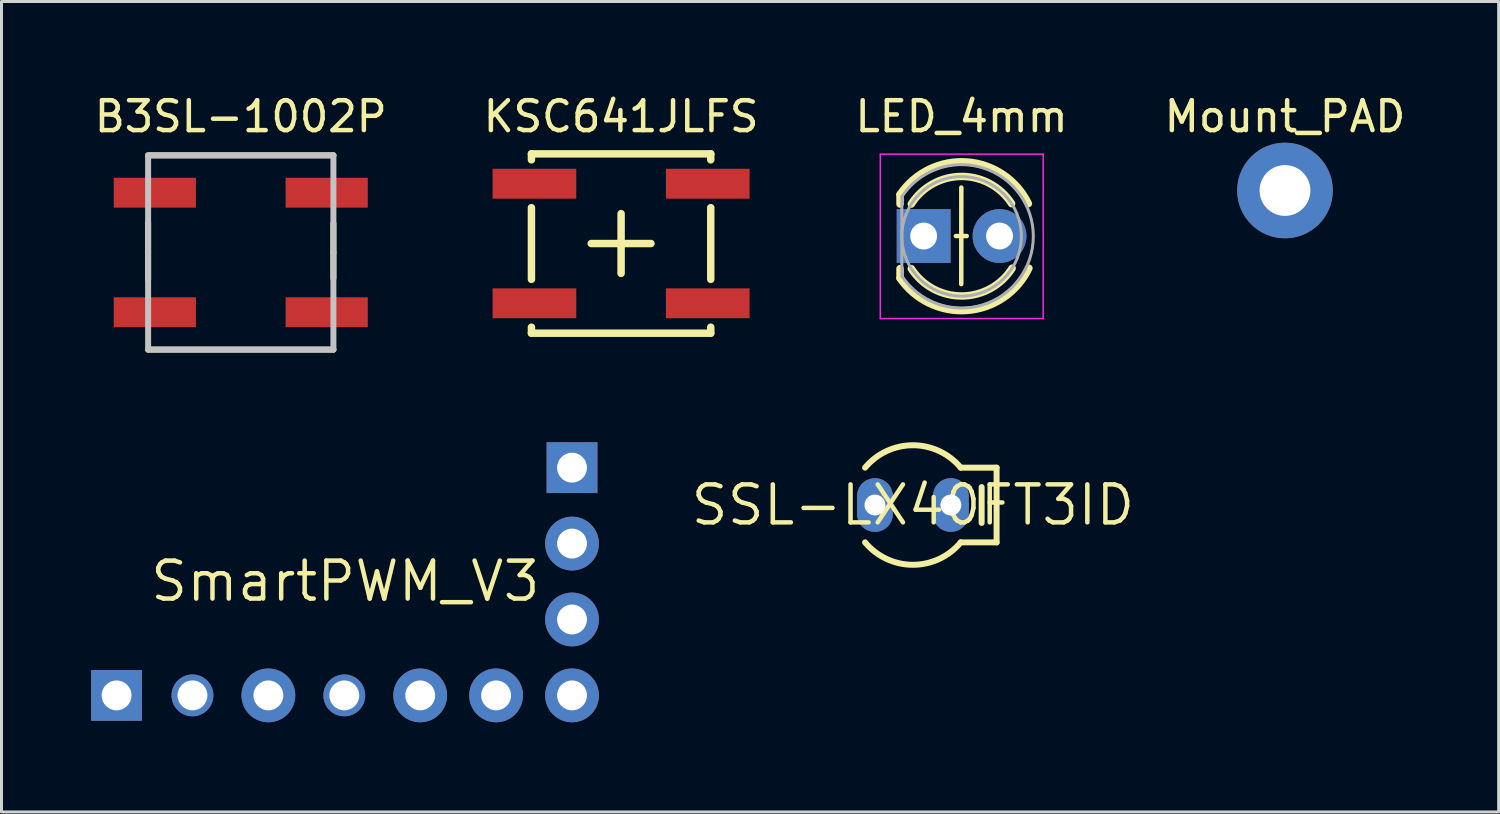
<source format=kicad_pcb>
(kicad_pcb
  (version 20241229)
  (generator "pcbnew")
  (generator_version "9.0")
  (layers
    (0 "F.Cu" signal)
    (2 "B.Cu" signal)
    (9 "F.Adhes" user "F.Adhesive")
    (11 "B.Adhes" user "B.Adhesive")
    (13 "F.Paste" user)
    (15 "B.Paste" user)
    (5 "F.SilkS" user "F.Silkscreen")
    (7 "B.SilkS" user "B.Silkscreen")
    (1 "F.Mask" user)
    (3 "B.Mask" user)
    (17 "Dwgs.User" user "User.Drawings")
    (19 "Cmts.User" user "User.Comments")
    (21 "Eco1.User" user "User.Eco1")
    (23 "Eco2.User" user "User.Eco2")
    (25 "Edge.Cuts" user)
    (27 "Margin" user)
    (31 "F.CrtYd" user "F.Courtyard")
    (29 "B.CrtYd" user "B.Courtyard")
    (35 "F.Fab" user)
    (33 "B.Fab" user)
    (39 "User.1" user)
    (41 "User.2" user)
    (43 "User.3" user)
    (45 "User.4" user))
  (footprint "B3SL-1002P"
    (layer "F.Cu")
    (at 5.006 5.398)
    (property "Reference" "B3SL-1002P" (at 0 -4.55 0) (layer "F.SilkS") (effects (font (size 1 1) (thickness 0.15))))
    (attr smd)
    (fp_line (start -3.1 -3.25) (end 3.1 -3.25) (stroke (width 0.2) (type solid)) (layer "F.SilkS"))
    (fp_line (start -3.1 0) (end -3.1 -0.985) (stroke (width 0.2) (type solid)) (layer "F.SilkS"))
    (fp_line (start -3.1 0) (end -3.1 0.902) (stroke (width 0.2) (type solid)) (layer "F.SilkS"))
    (fp_line (start -3.1 3.25) (end 3.1 3.25) (stroke (width 0.2) (type solid)) (layer "F.SilkS"))
    (fp_line (start 3.1 0) (end 3.1 -0.966) (stroke (width 0.2) (type solid)) (layer "F.SilkS"))
    (fp_line (start 3.1 0) (end 3.1 0.863) (stroke (width 0.2) (type solid)) (layer "F.SilkS"))
    (fp_line (start -3.1 -3.25) (end 3.1 -3.25) (stroke (width 0.2) (type solid)) (layer "Dwgs.User"))
    (fp_line (start -3.1 3.25) (end -3.1 -3.25) (stroke (width 0.2) (type solid)) (layer "Dwgs.User"))
    (fp_line (start 3.1 -3.25) (end 3.1 3.25) (stroke (width 0.2) (type solid)) (layer "Dwgs.User"))
    (fp_line (start 3.1 3.25) (end -3.1 3.25) (stroke (width 0.2) (type solid)) (layer "Dwgs.User"))
    (pad "1" smd rect (at 2.875 2 90) (size 1 2.75) (layers "F.Cu" "F.Mask" "F.Paste"))
    (pad "2" smd rect (at -2.875 2 90) (size 1 2.75) (layers "F.Cu" "F.Mask" "F.Paste"))
    (pad "3" smd rect (at 2.875 -2 90) (size 1 2.75) (layers "F.Cu" "F.Mask" "F.Paste"))
    (pad "4" smd rect (at -2.875 -2 90) (size 1 2.75) (layers "F.Cu" "F.Mask" "F.Paste")))
  (footprint "Mount_PAD"
    (layer "F.Cu")
    (at 39.946 3.324)
    (property "Reference" "Mount_PAD" (at 0 -2.476 0) (layer "F.SilkS") (effects (font (size 1 1) (thickness 0.15))))
    (attr through_hole)
    (pad "1" thru_hole circle (at 0 0) (size 3.2 3.2) (drill 1.7) (layers "*.Cu" "*.Mask")))
  (footprint "SSL-LX40FT3ID"
    (layer "F.Cu")
    (at 27.496 13.848)
    (property "Reference" "SSL-LX40FT3ID" (at 0 0 0) (layer "F.SilkS") (effects (font (size 1.27 1.27) (thickness 0.15))))
    (attr through_hole)
    (fp_poly (pts (xy -0.671 -0.3) (xy -0.678 -0.394) (xy -0.7 -0.485) (xy -0.736 -0.572) (xy -0.785 -0.652) (xy -0.846 -0.724) (xy -0.918 -0.785) (xy -0.998 -0.834) (xy -1.085 -0.87) (xy -1.176 -0.892) (xy -1.27 -0.899) (xy -1.364 -0.892) (xy -1.455 -0.87) (xy -1.542 -0.834) (xy -1.622 -0.785) (xy -1.694 -0.724) (xy -1.755 -0.652) (xy -1.804 -0.572) (xy -1.84 -0.485) (xy -1.862 -0.394) (xy -1.869 -0.3) (xy -1.869 0.3) (xy -1.862 0.394) (xy -1.84 0.485) (xy -1.804 0.572) (xy -1.755 0.652) (xy -1.694 0.724) (xy -1.622 0.785) (xy -1.542 0.834) (xy -1.455 0.87) (xy -1.364 0.892) (xy -1.27 0.899) (xy -1.176 0.892) (xy -1.085 0.87) (xy -0.998 0.834) (xy -0.918 0.785) (xy -0.846 0.724) (xy -0.785 0.652) (xy -0.736 0.572) (xy -0.7 0.485) (xy -0.678 0.394) (xy -0.671 0.3)) (stroke (width 0) (type solid)) (fill yes) (layer "F.Cu"))
    (fp_poly (pts (xy 1.869 -0.3) (xy 1.862 -0.394) (xy 1.84 -0.485) (xy 1.804 -0.572) (xy 1.755 -0.652) (xy 1.694 -0.724) (xy 1.622 -0.785) (xy 1.542 -0.834) (xy 1.455 -0.87) (xy 1.364 -0.892) (xy 1.27 -0.899) (xy 1.176 -0.892) (xy 1.085 -0.87) (xy 0.998 -0.834) (xy 0.918 -0.785) (xy 0.846 -0.724) (xy 0.785 -0.652) (xy 0.736 -0.572) (xy 0.7 -0.485) (xy 0.678 -0.394) (xy 0.671 -0.3) (xy 0.671 0.3) (xy 0.678 0.394) (xy 0.7 0.485) (xy 0.736 0.572) (xy 0.785 0.652) (xy 0.846 0.724) (xy 0.918 0.785) (xy 0.998 0.834) (xy 1.085 0.87) (xy 1.176 0.892) (xy 1.27 0.899) (xy 1.364 0.892) (xy 1.455 0.87) (xy 1.542 0.834) (xy 1.622 0.785) (xy 1.694 0.724) (xy 1.755 0.652) (xy 1.804 0.572) (xy 1.84 0.485) (xy 1.862 0.394) (xy 1.869 0.3)) (stroke (width 0) (type solid)) (fill yes) (layer "F.Cu"))
    (fp_poly (pts (xy -1.972 0.3) (xy -1.963 0.41) (xy -1.938 0.517) (xy -1.895 0.619) (xy -1.838 0.713) (xy -1.766 0.796) (xy -1.683 0.868) (xy -1.589 0.925) (xy -1.487 0.968) (xy -1.38 0.993) (xy -1.27 1.002) (xy -1.16 0.993) (xy -1.053 0.968) (xy -0.951 0.925) (xy -0.857 0.868) (xy -0.774 0.796) (xy -0.702 0.713) (xy -0.645 0.619) (xy -0.602 0.517) (xy -0.577 0.41) (xy -0.568 0.3) (xy -0.568 -0.3) (xy -0.577 -0.41) (xy -0.602 -0.517) (xy -0.645 -0.619) (xy -0.702 -0.713) (xy -0.774 -0.796) (xy -0.857 -0.868) (xy -0.951 -0.925) (xy -1.053 -0.968) (xy -1.16 -0.993) (xy -1.27 -1.002) (xy -1.38 -0.993) (xy -1.487 -0.968) (xy -1.589 -0.925) (xy -1.683 -0.868) (xy -1.766 -0.796) (xy -1.838 -0.713) (xy -1.895 -0.619) (xy -1.938 -0.517) (xy -1.963 -0.41) (xy -1.972 -0.3)) (stroke (width 0) (type solid)) (fill yes) (layer "F.Mask"))
    (fp_poly (pts (xy 0.568 0.3) (xy 0.577 0.41) (xy 0.602 0.517) (xy 0.645 0.619) (xy 0.702 0.713) (xy 0.774 0.796) (xy 0.857 0.868) (xy 0.951 0.925) (xy 1.053 0.968) (xy 1.16 0.993) (xy 1.27 1.002) (xy 1.38 0.993) (xy 1.487 0.968) (xy 1.589 0.925) (xy 1.683 0.868) (xy 1.766 0.796) (xy 1.838 0.713) (xy 1.895 0.619) (xy 1.938 0.517) (xy 1.963 0.41) (xy 1.972 0.3) (xy 1.972 -0.3) (xy 1.963 -0.41) (xy 1.938 -0.517) (xy 1.895 -0.619) (xy 1.838 -0.713) (xy 1.766 -0.796) (xy 1.683 -0.868) (xy 1.589 -0.925) (xy 1.487 -0.968) (xy 1.38 -0.993) (xy 1.27 -1.002) (xy 1.16 -0.993) (xy 1.053 -0.968) (xy 0.951 -0.925) (xy 0.857 -0.868) (xy 0.774 -0.796) (xy 0.702 -0.713) (xy 0.645 -0.619) (xy 0.602 -0.517) (xy 0.577 -0.41) (xy 0.568 -0.3)) (stroke (width 0) (type solid)) (fill yes) (layer "F.Mask"))
    (fp_poly (pts (xy -0.671 -0.3) (xy -0.678 -0.394) (xy -0.7 -0.485) (xy -0.736 -0.572) (xy -0.785 -0.652) (xy -0.846 -0.724) (xy -0.918 -0.785) (xy -0.998 -0.834) (xy -1.085 -0.87) (xy -1.176 -0.892) (xy -1.27 -0.899) (xy -1.364 -0.892) (xy -1.455 -0.87) (xy -1.542 -0.834) (xy -1.622 -0.785) (xy -1.694 -0.724) (xy -1.755 -0.652) (xy -1.804 -0.572) (xy -1.84 -0.485) (xy -1.862 -0.394) (xy -1.869 -0.3) (xy -1.869 0.3) (xy -1.862 0.394) (xy -1.84 0.485) (xy -1.804 0.572) (xy -1.755 0.652) (xy -1.694 0.724) (xy -1.622 0.785) (xy -1.542 0.834) (xy -1.455 0.87) (xy -1.364 0.892) (xy -1.27 0.899) (xy -1.176 0.892) (xy -1.085 0.87) (xy -0.998 0.834) (xy -0.918 0.785) (xy -0.846 0.724) (xy -0.785 0.652) (xy -0.736 0.572) (xy -0.7 0.485) (xy -0.678 0.394) (xy -0.671 0.3)) (stroke (width 0) (type solid)) (fill yes) (layer "B.Cu"))
    (fp_poly (pts (xy 1.869 -0.3) (xy 1.862 -0.394) (xy 1.84 -0.485) (xy 1.804 -0.572) (xy 1.755 -0.652) (xy 1.694 -0.724) (xy 1.622 -0.785) (xy 1.542 -0.834) (xy 1.455 -0.87) (xy 1.364 -0.892) (xy 1.27 -0.899) (xy 1.176 -0.892) (xy 1.085 -0.87) (xy 0.998 -0.834) (xy 0.918 -0.785) (xy 0.846 -0.724) (xy 0.785 -0.652) (xy 0.736 -0.572) (xy 0.7 -0.485) (xy 0.678 -0.394) (xy 0.671 -0.3) (xy 0.671 0.3) (xy 0.678 0.394) (xy 0.7 0.485) (xy 0.736 0.572) (xy 0.785 0.652) (xy 0.846 0.724) (xy 0.918 0.785) (xy 0.998 0.834) (xy 1.085 0.87) (xy 1.176 0.892) (xy 1.27 0.899) (xy 1.364 0.892) (xy 1.455 0.87) (xy 1.542 0.834) (xy 1.622 0.785) (xy 1.694 0.724) (xy 1.755 0.652) (xy 1.804 0.572) (xy 1.84 0.485) (xy 1.862 0.394) (xy 1.869 0.3)) (stroke (width 0) (type solid)) (fill yes) (layer "B.Cu"))
    (fp_poly (pts (xy -1.972 0.3) (xy -1.963 0.41) (xy -1.938 0.517) (xy -1.895 0.619) (xy -1.838 0.713) (xy -1.766 0.796) (xy -1.683 0.868) (xy -1.589 0.925) (xy -1.487 0.968) (xy -1.38 0.993) (xy -1.27 1.002) (xy -1.16 0.993) (xy -1.053 0.968) (xy -0.951 0.925) (xy -0.857 0.868) (xy -0.774 0.796) (xy -0.702 0.713) (xy -0.645 0.619) (xy -0.602 0.517) (xy -0.577 0.41) (xy -0.568 0.3) (xy -0.568 -0.3) (xy -0.577 -0.41) (xy -0.602 -0.517) (xy -0.645 -0.619) (xy -0.702 -0.713) (xy -0.774 -0.796) (xy -0.857 -0.868) (xy -0.951 -0.925) (xy -1.053 -0.968) (xy -1.16 -0.993) (xy -1.27 -1.002) (xy -1.38 -0.993) (xy -1.487 -0.968) (xy -1.589 -0.925) (xy -1.683 -0.868) (xy -1.766 -0.796) (xy -1.838 -0.713) (xy -1.895 -0.619) (xy -1.938 -0.517) (xy -1.963 -0.41) (xy -1.972 -0.3)) (stroke (width 0) (type solid)) (fill yes) (layer "B.Mask"))
    (fp_poly (pts (xy 0.568 0.3) (xy 0.577 0.41) (xy 0.602 0.517) (xy 0.645 0.619) (xy 0.702 0.713) (xy 0.774 0.796) (xy 0.857 0.868) (xy 0.951 0.925) (xy 1.053 0.968) (xy 1.16 0.993) (xy 1.27 1.002) (xy 1.38 0.993) (xy 1.487 0.968) (xy 1.589 0.925) (xy 1.683 0.868) (xy 1.766 0.796) (xy 1.838 0.713) (xy 1.895 0.619) (xy 1.938 0.517) (xy 1.963 0.41) (xy 1.972 0.3) (xy 1.972 -0.3) (xy 1.963 -0.41) (xy 1.938 -0.517) (xy 1.895 -0.619) (xy 1.838 -0.713) (xy 1.766 -0.796) (xy 1.683 -0.868) (xy 1.589 -0.925) (xy 1.487 -0.968) (xy 1.38 -0.993) (xy 1.27 -1.002) (xy 1.16 -0.993) (xy 1.053 -0.968) (xy 0.951 -0.925) (xy 0.857 -0.868) (xy 0.774 -0.796) (xy 0.702 -0.713) (xy 0.645 -0.619) (xy 0.602 -0.517) (xy 0.577 -0.41) (xy 0.568 -0.3)) (stroke (width 0) (type solid)) (fill yes) (layer "B.Mask"))
    (fp_line (start 2.3 -0.6) (end 2.3 0.6) (stroke (width 0.2) (type solid)) (layer "F.SilkS"))
    (fp_line (start 2.8 -1.25) (end 1.6 -1.25) (stroke (width 0.2) (type solid)) (layer "F.SilkS"))
    (fp_line (start 2.8 -1.25) (end 2.8 1.25) (stroke (width 0.2) (type solid)) (layer "F.SilkS"))
    (fp_line (start 2.8 1.25) (end 1.6 1.25) (stroke (width 0.2) (type solid)) (layer "F.SilkS"))
    (fp_arc (start -1.6 -1.25) (mid 0 -2.000027) (end 1.6 -1.25) (stroke (width 0.2) (type solid)) (layer "F.SilkS"))
    (fp_arc (start 1.6 1.25) (mid 0 2.000027) (end -1.6 1.25) (stroke (width 0.2) (type solid)) (layer "F.SilkS"))
    (pad "1" thru_hole circle (at 1.27 0 90) (size 1.2 1.2) (drill 0.7) (layers "*.Cu" "*.Mask"))
    (pad "2" thru_hole circle (at -1.27 0 90) (size 1.2 1.2) (drill 0.7) (layers "*.Cu" "*.Mask")))
  (footprint "SmartPWM_V3"
    (layer "F.Cu")
    (at 8.505 16.398)
    (property "Reference" "SmartPWM_V3" (at 0 0 0) (layer "F.SilkS") (effects (font (size 1.27 1.27) (thickness 0.15))))
    (attr through_hole)
    (pad "1" thru_hole rect (at 7.585 -3.8 90) (size 1.7 1.7) (drill 1) (layers "*.Cu" "*.Mask"))
    (pad "2" thru_hole circle (at 7.585 -1.26) (size 1.8 1.8) (drill 1) (layers "*.Cu" "*.Mask"))
    (pad "3" thru_hole circle (at 7.585 1.28) (size 1.8 1.8) (drill 1) (layers "*.Cu" "*.Mask"))
    (pad "4" thru_hole circle (at 7.585 3.82) (size 1.8 1.8) (drill 1) (layers "*.Cu" "*.Mask"))
    (pad "5" thru_hole circle (at 5.045 3.82) (size 1.8 1.8) (drill 1) (layers "*.Cu" "*.Mask"))
    (pad "6" thru_hole circle (at 2.505 3.82) (size 1.8 1.8) (drill 1) (layers "*.Cu" "*.Mask"))
    (pad "7" thru_hole circle (at -0.035 3.82) (size 1.4 1.4) (drill 1) (layers "*.Cu" "*.Mask"))
    (pad "8" thru_hole circle (at -2.575 3.82) (size 1.8 1.8) (drill 1) (layers "*.Cu" "*.Mask"))
    (pad "9" thru_hole circle (at -5.115 3.82) (size 1.4 1.4) (drill 1) (layers "*.Cu" "*.Mask"))
    (pad "10" thru_hole rect (at -7.655 3.82) (size 1.7 1.7) (drill 1) (layers "*.Cu" "*.Mask")))
  (footprint "LED_4mm"
    (layer "F.Cu")
    (at 29.115 4.848)
    (property "Reference" "LED_4mm" (at 0.01 -4 0) (layer "F.SilkS") (effects (font (size 1 1) (thickness 0.15))))
    (attr through_hole)
    (fp_line (start -2.05 -1.389) (end -2.05 -1.07) (stroke (width 0.25) (type solid)) (layer "F.SilkS"))
    (fp_line (start -2.05 1.09) (end -2.05 1.409) (stroke (width 0.25) (type solid)) (layer "F.SilkS"))
    (fp_line (start -0.181 0) (end 0.181 0) (stroke (width 0.15) (type solid)) (layer "F.SilkS"))
    (fp_line (start 0.001 -1.622) (end -0.001 1.609) (stroke (width 0.15) (type solid)) (layer "F.SilkS"))
    (fp_arc (start -2.05 -1.388749) (mid 0.184855 -2.478235) (end 2.24459 -1.085739) (stroke (width 0.25) (type solid)) (layer "F.SilkS"))
    (fp_arc (start -1.67333 -1.07) (mid 0.001014 -1.994597) (end 1.683621 -1.085124) (stroke (width 0.25) (type solid)) (layer "F.SilkS"))
    (fp_arc (start 1.701805 1.076798) (mid 0.017844 2.005402) (end -1.67333 1.09) (stroke (width 0.25) (type solid)) (layer "F.SilkS"))
    (fp_arc (start 2.261893 1.075709) (mid 0.202184 2.48822) (end -2.05 1.408749) (stroke (width 0.25) (type solid)) (layer "F.SilkS"))
    (fp_line (start -2.71 -2.74) (end -2.71 2.76) (stroke (width 0.05) (type solid)) (layer "F.CrtYd"))
    (fp_line (start -2.71 2.76) (end 2.74 2.76) (stroke (width 0.05) (type solid)) (layer "F.CrtYd"))
    (fp_line (start 2.74 -2.74) (end -2.71 -2.74) (stroke (width 0.05) (type solid)) (layer "F.CrtYd"))
    (fp_line (start 2.74 2.76) (end 2.74 -2.74) (stroke (width 0.05) (type solid)) (layer "F.CrtYd"))
    (fp_line (start -1.99 -1.317) (end -1.99 1.337) (stroke (width 0.1) (type solid)) (layer "F.Fab"))
    (fp_arc (start -1.99 -1.31665) (mid 2.41 0.010306) (end -1.990339 1.33614) (stroke (width 0.1) (type solid)) (layer "F.Fab"))
    (fp_circle (center 0.01 0.01) (end 2.01 0.01) (stroke (width 0.1) (type solid)) (fill no) (layer "F.Fab"))
    (pad "1" thru_hole rect (at -1.26 0) (size 1.8 1.8) (drill 0.9) (layers "*.Cu" "*.Mask"))
    (pad "2" thru_hole circle (at 1.28 0) (size 1.8 1.8) (drill 0.9) (layers "*.Cu" "*.Mask")))
  (footprint "KSC641JLFS"
    (layer "F.Cu")
    (at 17.732 5.098)
    (property "Reference" "KSC641JLFS" (at 0 -4.25 0) (layer "F.SilkS") (effects (font (size 1 1) (thickness 0.15))))
    (attr smd)
    (fp_line (start -3 -3) (end -3 -2.8) (stroke (width 0.25) (type solid)) (layer "F.SilkS"))
    (fp_line (start -3 -3) (end 3 -3) (stroke (width 0.25) (type solid)) (layer "F.SilkS"))
    (fp_line (start -3 -1.2) (end -3 1.2) (stroke (width 0.25) (type solid)) (layer "F.SilkS"))
    (fp_line (start -3 3) (end -3 2.8) (stroke (width 0.25) (type solid)) (layer "F.SilkS"))
    (fp_line (start -3 3) (end 3 3) (stroke (width 0.25) (type solid)) (layer "F.SilkS"))
    (fp_line (start -1 0) (end 1 0) (stroke (width 0.25) (type solid)) (layer "F.SilkS"))
    (fp_line (start 0 -1) (end 0 1) (stroke (width 0.25) (type solid)) (layer "F.SilkS"))
    (fp_line (start 3 -3) (end 3 -2.8) (stroke (width 0.25) (type solid)) (layer "F.SilkS"))
    (fp_line (start 3 -1.2) (end 3 1.2) (stroke (width 0.25) (type solid)) (layer "F.SilkS"))
    (fp_line (start 3 3) (end 3 2.8) (stroke (width 0.25) (type solid)) (layer "F.SilkS"))
    (pad "1" smd rect (at -2.9 -2) (size 2.8 1) (layers "F.Cu" "F.Mask" "F.Paste"))
    (pad "2" smd rect (at 2.9 -2) (size 2.8 1) (layers "F.Cu" "F.Mask" "F.Paste"))
    (pad "3" smd rect (at -2.9 2) (size 2.8 1) (layers "F.Cu" "F.Mask" "F.Paste"))
    (pad "4" smd rect (at 2.9 2) (size 2.8 1) (layers "F.Cu" "F.Mask" "F.Paste")))
  (gr_rect
    (start -3 -3)
    (end 47.095 24.118)
    (stroke (width 0.1) (type default))
    (fill no)
    (layer "Edge.Cuts")))
</source>
